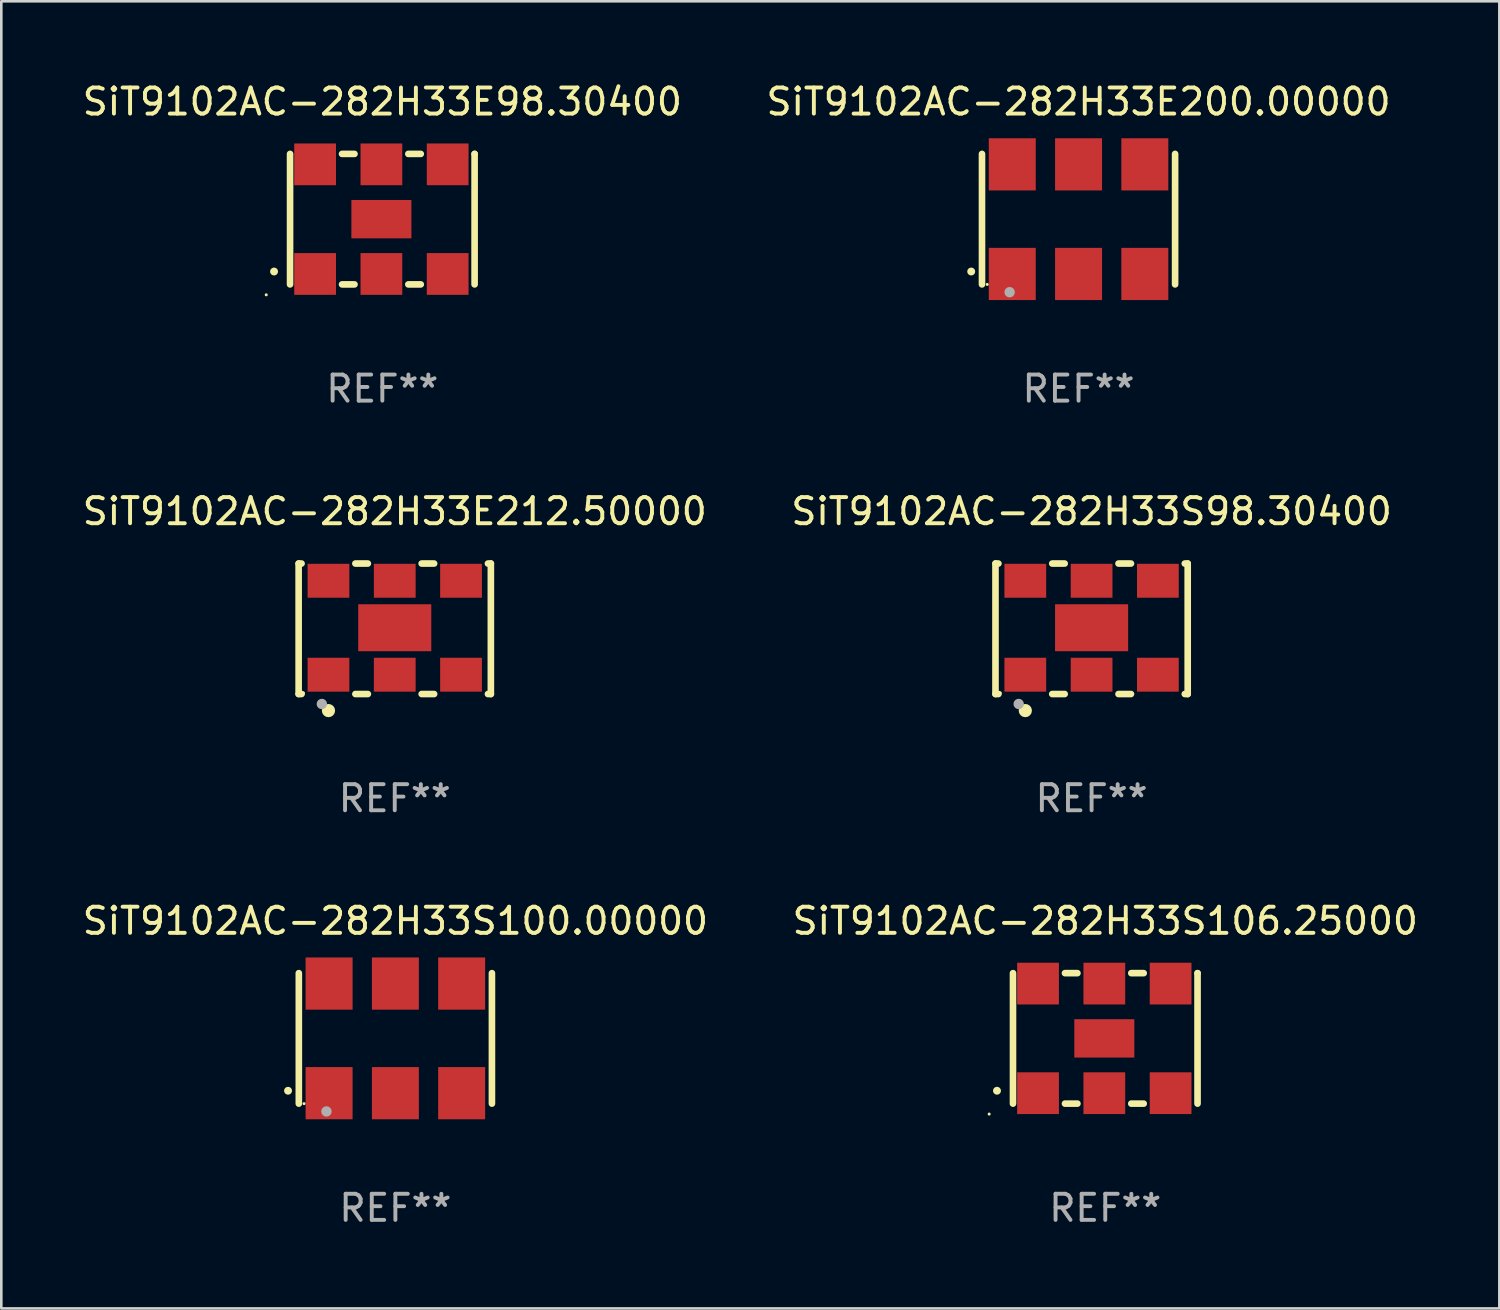
<source format=kicad_pcb>
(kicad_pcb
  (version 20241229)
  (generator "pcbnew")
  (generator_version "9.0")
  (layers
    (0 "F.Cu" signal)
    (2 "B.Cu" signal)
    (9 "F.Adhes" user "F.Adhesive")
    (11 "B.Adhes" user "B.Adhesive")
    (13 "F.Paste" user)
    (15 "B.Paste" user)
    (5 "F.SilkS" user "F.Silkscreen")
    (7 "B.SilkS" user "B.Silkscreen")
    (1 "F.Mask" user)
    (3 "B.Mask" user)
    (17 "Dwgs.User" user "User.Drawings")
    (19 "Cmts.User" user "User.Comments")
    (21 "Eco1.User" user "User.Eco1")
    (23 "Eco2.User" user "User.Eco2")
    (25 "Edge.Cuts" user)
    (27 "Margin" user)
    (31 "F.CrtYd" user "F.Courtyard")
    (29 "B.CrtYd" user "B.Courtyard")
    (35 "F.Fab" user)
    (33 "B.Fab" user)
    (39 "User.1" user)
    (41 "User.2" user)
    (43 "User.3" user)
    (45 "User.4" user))
  (footprint "SiT9102AC-282H33S106.25000"
    (layer "F.Cu")
    (at 39.304 36.741)
    (property "Reference" "SiT9102AC-282H33S106.25000" (at 0 -4.5 0) (layer "F.SilkS") (effects (font (size 1 1) (thickness 0.15))))
    (attr through_hole)
    (fp_line (start -3.536 -2.5) (end -3.536 2.5) (stroke (width 0.254) (type solid)) (layer "F.SilkS"))
    (fp_line (start -1.544 2.5) (end -1.067 2.5) (stroke (width 0.254) (type solid)) (layer "F.SilkS"))
    (fp_line (start -1.067 -2.5) (end -1.544 -2.5) (stroke (width 0.254) (type solid)) (layer "F.SilkS"))
    (fp_line (start 0.996 2.5) (end 1.473 2.5) (stroke (width 0.254) (type solid)) (layer "F.SilkS"))
    (fp_line (start 1.473 -2.5) (end 0.996 -2.5) (stroke (width 0.254) (type solid)) (layer "F.SilkS"))
    (fp_line (start 3.536 -2.5) (end 3.536 -2.5) (stroke (width 0.254) (type solid)) (layer "F.SilkS"))
    (fp_line (start 3.536 2.5) (end 3.536 -2.5) (stroke (width 0.254) (type solid)) (layer "F.SilkS"))
    (fp_arc (start -4.150432 2.006604) (mid -4.149162 2.006599) (end -4.147892 2.006604) (stroke (width 0.3) (type solid)) (layer "F.SilkS"))
    (fp_circle (center -4.449 2.9) (end -4.419 2.9) (stroke (width 0.06) (type solid)) (fill no) (layer "F.SilkS"))
    (fp_text user "REF**" (at 0 6.5 0) (layer "F.Fab") (effects (font (size 1 1) (thickness 0.15))))
    (pad "1" smd rect (at -2.576 2.1) (size 1.6 1.6) (layers "F.Cu" "F.Mask" "F.Paste"))
    (pad "2" smd rect (at -0.036 2.1) (size 1.6 1.6) (layers "F.Cu" "F.Mask" "F.Paste"))
    (pad "3" smd rect (at 2.504 2.1) (size 1.6 1.6) (layers "F.Cu" "F.Mask" "F.Paste"))
    (pad "4" smd rect (at 2.504 -2.1) (size 1.6 1.6) (layers "F.Cu" "F.Mask" "F.Paste"))
    (pad "5" smd rect (at -0.036 -2.1) (size 1.6 1.6) (layers "F.Cu" "F.Mask" "F.Paste"))
    (pad "6" smd rect (at -2.576 -2.1) (size 1.6 1.6) (layers "F.Cu" "F.Mask" "F.Paste"))
    (pad "7" smd rect (at -0.036 0) (size 2.3 1.47) (layers "F.Cu" "F.Mask" "F.Paste")))
  (footprint "SiT9102AC-282H33S100.00000"
    (layer "F.Cu")
    (at 12.101 36.741)
    (property "Reference" "SiT9102AC-282H33S100.00000" (at 0 -4.5 0) (layer "F.SilkS") (effects (font (size 1 1) (thickness 0.15))))
    (attr through_hole)
    (fp_line (start -3.7 -2.5) (end -3.7 2.5) (stroke (width 0.254) (type solid)) (layer "F.SilkS"))
    (fp_line (start 3.7 -2.5) (end 3.7 2.5) (stroke (width 0.254) (type solid)) (layer "F.SilkS"))
    (fp_arc (start -4.114415 2.006604) (mid -4.113145 2.006599) (end -4.111875 2.006604) (stroke (width 0.3) (type solid)) (layer "F.SilkS"))
    (fp_circle (center -3.5 2.501) (end -3.47 2.501) (stroke (width 0.06) (type solid)) (fill no) (layer "F.SilkS"))
    (fp_circle (center -2.641 2.799) (end -2.541 2.799) (stroke (width 0.2) (type solid)) (fill no) (layer "F.Fab"))
    (fp_text user "REF**" (at 0 6.5 0) (layer "F.Fab") (effects (font (size 1 1) (thickness 0.15))))
    (pad "1" smd rect (at -2.54 2.1) (size 1.8 2) (layers "F.Cu" "F.Mask" "F.Paste"))
    (pad "2" smd rect (at 0.000394 2.1) (size 1.8 2) (layers "F.Cu" "F.Mask" "F.Paste"))
    (pad "3" smd rect (at 2.54 2.1) (size 1.8 2) (layers "F.Cu" "F.Mask" "F.Paste"))
    (pad "4" smd rect (at 2.54 -2.1) (size 1.8 2) (layers "F.Cu" "F.Mask" "F.Paste"))
    (pad "5" smd rect (at 0.000394 -2.1) (size 1.8 2) (layers "F.Cu" "F.Mask" "F.Paste"))
    (pad "6" smd rect (at -2.54 -2.1) (size 1.8 2) (layers "F.Cu" "F.Mask" "F.Paste")))
  (footprint "SiT9102AC-282H33E212.50000"
    (layer "F.Cu")
    (at 12.077 21.045)
    (property "Reference" "SiT9102AC-282H33E212.50000" (at 0 -4.5 0) (layer "F.SilkS") (effects (font (size 1 1) (thickness 0.15))))
    (attr through_hole)
    (fp_line (start -3.683 -2.5) (end -3.571 -2.5) (stroke (width 0.254) (type solid)) (layer "F.SilkS"))
    (fp_line (start -3.683 2.5) (end -3.683 -2.5) (stroke (width 0.254) (type solid)) (layer "F.SilkS"))
    (fp_line (start -3.683 2.5) (end -3.571 2.5) (stroke (width 0.254) (type solid)) (layer "F.SilkS"))
    (fp_line (start -1.509 -2.5) (end -1.031 -2.5) (stroke (width 0.254) (type solid)) (layer "F.SilkS"))
    (fp_line (start -1.509 2.5) (end -1.031 2.5) (stroke (width 0.254) (type solid)) (layer "F.SilkS"))
    (fp_line (start 1.031 -2.5) (end 1.509 -2.5) (stroke (width 0.254) (type solid)) (layer "F.SilkS"))
    (fp_line (start 1.031 2.5) (end 1.509 2.5) (stroke (width 0.254) (type solid)) (layer "F.SilkS"))
    (fp_line (start 3.571 -2.5) (end 3.683 -2.5) (stroke (width 0.254) (type solid)) (layer "F.SilkS"))
    (fp_line (start 3.571 2.5) (end 3.683 2.5) (stroke (width 0.254) (type solid)) (layer "F.SilkS"))
    (fp_line (start 3.683 2.5) (end 3.683 -2.5) (stroke (width 0.254) (type solid)) (layer "F.SilkS"))
    (fp_circle (center -3.5 2.46) (end -3.47 2.46) (stroke (width 0.06) (type solid)) (fill no) (layer "F.SilkS"))
    (fp_circle (center -2.54 3.135) (end -2.413 3.135) (stroke (width 0.254) (type solid)) (fill no) (layer "F.SilkS"))
    (fp_circle (center -2.794 2.881) (end -2.694 2.881) (stroke (width 0.2) (type solid)) (fill no) (layer "F.Fab"))
    (fp_text user "REF**" (at 0 6.5 0) (layer "F.Fab") (effects (font (size 1 1) (thickness 0.15))))
    (pad "1" smd rect (at -2.54 1.76) (size 1.6 1.3) (layers "F.Cu" "F.Mask" "F.Paste"))
    (pad "2" smd rect (at 0 1.76) (size 1.6 1.3) (layers "F.Cu" "F.Mask" "F.Paste"))
    (pad "3" smd rect (at 2.54 1.76) (size 1.6 1.3) (layers "F.Cu" "F.Mask" "F.Paste"))
    (pad "4" smd rect (at 2.54 -1.84) (size 1.6 1.3) (layers "F.Cu" "F.Mask" "F.Paste"))
    (pad "5" smd rect (at 0 -1.84) (size 1.6 1.3) (layers "F.Cu" "F.Mask" "F.Paste"))
    (pad "6" smd rect (at -2.54 -1.84) (size 1.6 1.3) (layers "F.Cu" "F.Mask" "F.Paste"))
    (pad "7" smd rect (at 0 -0.04) (size 2.8 1.8) (layers "F.Cu" "F.Mask" "F.Paste")))
  (footprint "SiT9102AC-282H33E98.30400"
    (layer "F.Cu")
    (at 11.601 5.348)
    (property "Reference" "SiT9102AC-282H33E98.30400" (at 0 -4.5 0) (layer "F.SilkS") (effects (font (size 1 1) (thickness 0.15))))
    (attr through_hole)
    (fp_line (start -3.536 -2.5) (end -3.536 2.5) (stroke (width 0.254) (type solid)) (layer "F.SilkS"))
    (fp_line (start -1.544 2.5) (end -1.067 2.5) (stroke (width 0.254) (type solid)) (layer "F.SilkS"))
    (fp_line (start -1.067 -2.5) (end -1.544 -2.5) (stroke (width 0.254) (type solid)) (layer "F.SilkS"))
    (fp_line (start 0.996 2.5) (end 1.473 2.5) (stroke (width 0.254) (type solid)) (layer "F.SilkS"))
    (fp_line (start 1.473 -2.5) (end 0.996 -2.5) (stroke (width 0.254) (type solid)) (layer "F.SilkS"))
    (fp_line (start 3.536 -2.5) (end 3.536 -2.5) (stroke (width 0.254) (type solid)) (layer "F.SilkS"))
    (fp_line (start 3.536 2.5) (end 3.536 -2.5) (stroke (width 0.254) (type solid)) (layer "F.SilkS"))
    (fp_arc (start -4.150432 2.006604) (mid -4.149162 2.006599) (end -4.147892 2.006604) (stroke (width 0.3) (type solid)) (layer "F.SilkS"))
    (fp_circle (center -4.449 2.9) (end -4.419 2.9) (stroke (width 0.06) (type solid)) (fill no) (layer "F.SilkS"))
    (fp_text user "REF**" (at 0 6.5 0) (layer "F.Fab") (effects (font (size 1 1) (thickness 0.15))))
    (pad "1" smd rect (at -2.576 2.1) (size 1.6 1.6) (layers "F.Cu" "F.Mask" "F.Paste"))
    (pad "2" smd rect (at -0.036 2.1) (size 1.6 1.6) (layers "F.Cu" "F.Mask" "F.Paste"))
    (pad "3" smd rect (at 2.504 2.1) (size 1.6 1.6) (layers "F.Cu" "F.Mask" "F.Paste"))
    (pad "4" smd rect (at 2.504 -2.1) (size 1.6 1.6) (layers "F.Cu" "F.Mask" "F.Paste"))
    (pad "5" smd rect (at -0.036 -2.1) (size 1.6 1.6) (layers "F.Cu" "F.Mask" "F.Paste"))
    (pad "6" smd rect (at -2.576 -2.1) (size 1.6 1.6) (layers "F.Cu" "F.Mask" "F.Paste"))
    (pad "7" smd rect (at -0.036 0) (size 2.3 1.47) (layers "F.Cu" "F.Mask" "F.Paste")))
  (footprint "SiT9102AC-282H33E200.00000"
    (layer "F.Cu")
    (at 38.28 5.348)
    (property "Reference" "SiT9102AC-282H33E200.00000" (at 0 -4.5 0) (layer "F.SilkS") (effects (font (size 1 1) (thickness 0.15))))
    (attr through_hole)
    (fp_line (start -3.7 -2.5) (end -3.7 2.5) (stroke (width 0.254) (type solid)) (layer "F.SilkS"))
    (fp_line (start 3.7 -2.5) (end 3.7 2.5) (stroke (width 0.254) (type solid)) (layer "F.SilkS"))
    (fp_arc (start -4.114415 2.006604) (mid -4.113145 2.006599) (end -4.111875 2.006604) (stroke (width 0.3) (type solid)) (layer "F.SilkS"))
    (fp_circle (center -3.5 2.501) (end -3.47 2.501) (stroke (width 0.06) (type solid)) (fill no) (layer "F.SilkS"))
    (fp_circle (center -2.641 2.799) (end -2.541 2.799) (stroke (width 0.2) (type solid)) (fill no) (layer "F.Fab"))
    (fp_text user "REF**" (at 0 6.5 0) (layer "F.Fab") (effects (font (size 1 1) (thickness 0.15))))
    (pad "1" smd rect (at -2.54 2.1) (size 1.8 2) (layers "F.Cu" "F.Mask" "F.Paste"))
    (pad "2" smd rect (at 0.000394 2.1) (size 1.8 2) (layers "F.Cu" "F.Mask" "F.Paste"))
    (pad "3" smd rect (at 2.54 2.1) (size 1.8 2) (layers "F.Cu" "F.Mask" "F.Paste"))
    (pad "4" smd rect (at 2.54 -2.1) (size 1.8 2) (layers "F.Cu" "F.Mask" "F.Paste"))
    (pad "5" smd rect (at 0.000394 -2.1) (size 1.8 2) (layers "F.Cu" "F.Mask" "F.Paste"))
    (pad "6" smd rect (at -2.54 -2.1) (size 1.8 2) (layers "F.Cu" "F.Mask" "F.Paste")))
  (footprint "SiT9102AC-282H33S98.30400"
    (layer "F.Cu")
    (at 38.78 21.045)
    (property "Reference" "SiT9102AC-282H33S98.30400" (at 0 -4.5 0) (layer "F.SilkS") (effects (font (size 1 1) (thickness 0.15))))
    (attr through_hole)
    (fp_line (start -3.683 -2.5) (end -3.571 -2.5) (stroke (width 0.254) (type solid)) (layer "F.SilkS"))
    (fp_line (start -3.683 2.5) (end -3.683 -2.5) (stroke (width 0.254) (type solid)) (layer "F.SilkS"))
    (fp_line (start -3.683 2.5) (end -3.571 2.5) (stroke (width 0.254) (type solid)) (layer "F.SilkS"))
    (fp_line (start -1.509 -2.5) (end -1.031 -2.5) (stroke (width 0.254) (type solid)) (layer "F.SilkS"))
    (fp_line (start -1.509 2.5) (end -1.031 2.5) (stroke (width 0.254) (type solid)) (layer "F.SilkS"))
    (fp_line (start 1.031 -2.5) (end 1.509 -2.5) (stroke (width 0.254) (type solid)) (layer "F.SilkS"))
    (fp_line (start 1.031 2.5) (end 1.509 2.5) (stroke (width 0.254) (type solid)) (layer "F.SilkS"))
    (fp_line (start 3.571 -2.5) (end 3.683 -2.5) (stroke (width 0.254) (type solid)) (layer "F.SilkS"))
    (fp_line (start 3.571 2.5) (end 3.683 2.5) (stroke (width 0.254) (type solid)) (layer "F.SilkS"))
    (fp_line (start 3.683 2.5) (end 3.683 -2.5) (stroke (width 0.254) (type solid)) (layer "F.SilkS"))
    (fp_circle (center -3.5 2.46) (end -3.47 2.46) (stroke (width 0.06) (type solid)) (fill no) (layer "F.SilkS"))
    (fp_circle (center -2.54 3.135) (end -2.413 3.135) (stroke (width 0.254) (type solid)) (fill no) (layer "F.SilkS"))
    (fp_circle (center -2.794 2.881) (end -2.694 2.881) (stroke (width 0.2) (type solid)) (fill no) (layer "F.Fab"))
    (fp_text user "REF**" (at 0 6.5 0) (layer "F.Fab") (effects (font (size 1 1) (thickness 0.15))))
    (pad "1" smd rect (at -2.54 1.76) (size 1.6 1.3) (layers "F.Cu" "F.Mask" "F.Paste"))
    (pad "2" smd rect (at 0 1.76) (size 1.6 1.3) (layers "F.Cu" "F.Mask" "F.Paste"))
    (pad "3" smd rect (at 2.54 1.76) (size 1.6 1.3) (layers "F.Cu" "F.Mask" "F.Paste"))
    (pad "4" smd rect (at 2.54 -1.84) (size 1.6 1.3) (layers "F.Cu" "F.Mask" "F.Paste"))
    (pad "5" smd rect (at 0 -1.84) (size 1.6 1.3) (layers "F.Cu" "F.Mask" "F.Paste"))
    (pad "6" smd rect (at -2.54 -1.84) (size 1.6 1.3) (layers "F.Cu" "F.Mask" "F.Paste"))
    (pad "7" smd rect (at 0 -0.04) (size 2.8 1.8) (layers "F.Cu" "F.Mask" "F.Paste")))
  (gr_rect
    (start -3 -3)
    (end 54.405 47.09)
    (stroke (width 0.1) (type default))
    (fill no)
    (layer "Edge.Cuts")))
</source>
